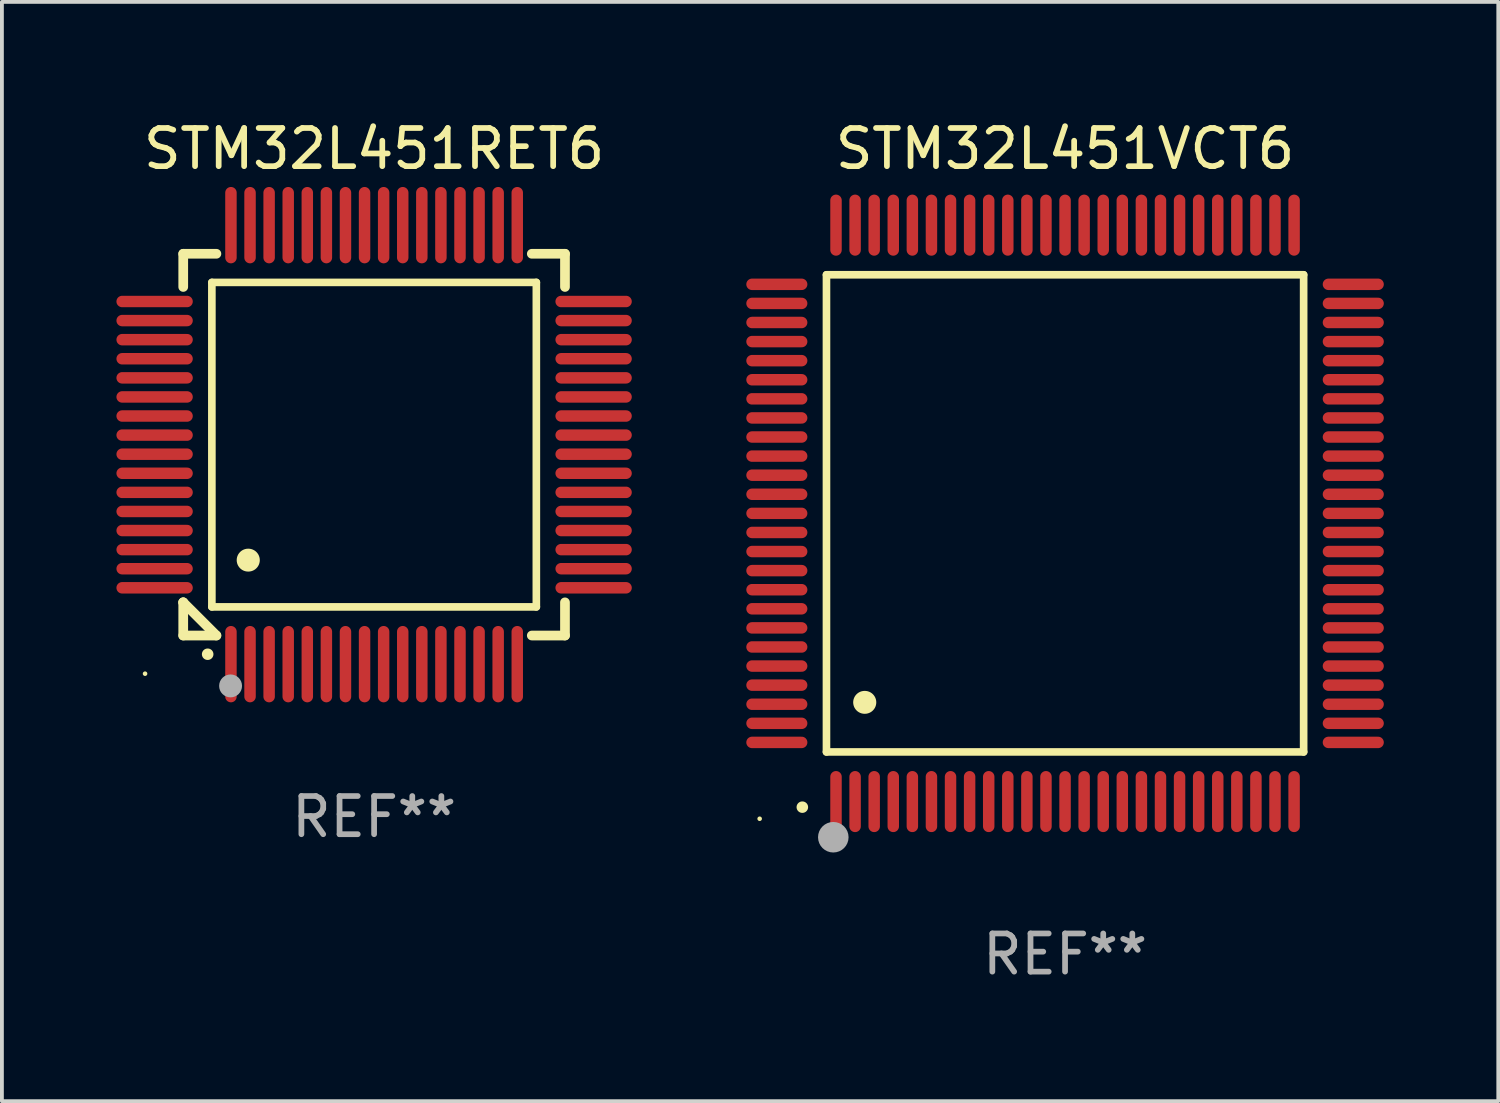
<source format=kicad_pcb>
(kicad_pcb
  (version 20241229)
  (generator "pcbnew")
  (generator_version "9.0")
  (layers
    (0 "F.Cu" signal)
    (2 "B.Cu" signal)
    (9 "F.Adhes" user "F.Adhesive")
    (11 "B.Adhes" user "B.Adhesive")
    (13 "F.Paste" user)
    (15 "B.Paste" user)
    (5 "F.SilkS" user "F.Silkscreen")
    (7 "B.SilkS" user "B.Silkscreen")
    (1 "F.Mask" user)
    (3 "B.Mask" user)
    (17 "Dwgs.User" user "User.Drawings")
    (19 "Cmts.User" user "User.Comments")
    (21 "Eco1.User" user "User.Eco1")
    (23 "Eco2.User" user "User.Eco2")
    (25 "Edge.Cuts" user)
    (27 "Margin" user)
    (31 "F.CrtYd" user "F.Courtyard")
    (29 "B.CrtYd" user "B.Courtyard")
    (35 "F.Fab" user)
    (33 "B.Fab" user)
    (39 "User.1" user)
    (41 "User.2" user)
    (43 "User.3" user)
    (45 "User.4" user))
  (footprint "STM32L451VCT6"
    (layer "F.Cu")
    (at 24.85 10.398)
    (property "Reference" "STM32L451VCT6" (at 0 -9.55 0) (layer "F.SilkS") (effects (font (size 1 1) (thickness 0.15))))
    (attr through_hole)
    (fp_line (start -6.25 -6.25) (end -6.25 6.25) (stroke (width 0.2) (type solid)) (layer "F.SilkS"))
    (fp_line (start -6.25 6.25) (end 6.25 6.25) (stroke (width 0.2) (type solid)) (layer "F.SilkS"))
    (fp_line (start 6.25 -6.25) (end -6.25 -6.25) (stroke (width 0.2) (type solid)) (layer "F.SilkS"))
    (fp_line (start 6.25 6.25) (end 6.25 -6.25) (stroke (width 0.2) (type solid)) (layer "F.SilkS"))
    (fp_arc (start -6.883414 7.696215) (mid -6.882144 7.69621) (end -6.880874 7.696215) (stroke (width 0.3) (type solid)) (layer "F.SilkS"))
    (fp_arc (start -5.250191 4.95047) (mid -5.247651 4.950459) (end -5.245111 4.95047) (stroke (width 0.6) (type solid)) (layer "F.SilkS"))
    (fp_circle (center -8 8) (end -7.97 8) (stroke (width 0.06) (type solid)) (fill no) (layer "F.SilkS"))
    (fp_circle (center -6.071 8.484) (end -5.871 8.484) (stroke (width 0.4) (type solid)) (fill no) (layer "F.Fab"))
    (fp_text user "REF**" (at 0 11.55 0) (layer "F.Fab") (effects (font (size 1 1) (thickness 0.15))))
    (pad "1" smd oval (at -6 7.55) (size 0.3 1.6) (layers "F.Cu" "F.Mask" "F.Paste"))
    (pad "2" smd oval (at -5.5 7.55) (size 0.3 1.6) (layers "F.Cu" "F.Mask" "F.Paste"))
    (pad "3" smd oval (at -5 7.55) (size 0.3 1.6) (layers "F.Cu" "F.Mask" "F.Paste"))
    (pad "4" smd oval (at -4.5 7.55) (size 0.3 1.6) (layers "F.Cu" "F.Mask" "F.Paste"))
    (pad "5" smd oval (at -4 7.55) (size 0.3 1.6) (layers "F.Cu" "F.Mask" "F.Paste"))
    (pad "6" smd oval (at -3.5 7.55) (size 0.3 1.6) (layers "F.Cu" "F.Mask" "F.Paste"))
    (pad "7" smd oval (at -3 7.55) (size 0.3 1.6) (layers "F.Cu" "F.Mask" "F.Paste"))
    (pad "8" smd oval (at -2.5 7.55) (size 0.3 1.6) (layers "F.Cu" "F.Mask" "F.Paste"))
    (pad "9" smd oval (at -2 7.55) (size 0.3 1.6) (layers "F.Cu" "F.Mask" "F.Paste"))
    (pad "10" smd oval (at -1.5 7.55) (size 0.3 1.6) (layers "F.Cu" "F.Mask" "F.Paste"))
    (pad "11" smd oval (at -1 7.55) (size 0.3 1.6) (layers "F.Cu" "F.Mask" "F.Paste"))
    (pad "12" smd oval (at -0.5 7.55) (size 0.3 1.6) (layers "F.Cu" "F.Mask" "F.Paste"))
    (pad "13" smd oval (at 0 7.55) (size 0.3 1.6) (layers "F.Cu" "F.Mask" "F.Paste"))
    (pad "14" smd oval (at 0.5 7.55) (size 0.3 1.6) (layers "F.Cu" "F.Mask" "F.Paste"))
    (pad "15" smd oval (at 1 7.55) (size 0.3 1.6) (layers "F.Cu" "F.Mask" "F.Paste"))
    (pad "16" smd oval (at 1.5 7.55) (size 0.3 1.6) (layers "F.Cu" "F.Mask" "F.Paste"))
    (pad "17" smd oval (at 2 7.55) (size 0.3 1.6) (layers "F.Cu" "F.Mask" "F.Paste"))
    (pad "18" smd oval (at 2.5 7.55) (size 0.3 1.6) (layers "F.Cu" "F.Mask" "F.Paste"))
    (pad "19" smd oval (at 3 7.55) (size 0.3 1.6) (layers "F.Cu" "F.Mask" "F.Paste"))
    (pad "20" smd oval (at 3.5 7.55) (size 0.3 1.6) (layers "F.Cu" "F.Mask" "F.Paste"))
    (pad "21" smd oval (at 4 7.55) (size 0.3 1.6) (layers "F.Cu" "F.Mask" "F.Paste"))
    (pad "22" smd oval (at 4.5 7.55) (size 0.3 1.6) (layers "F.Cu" "F.Mask" "F.Paste"))
    (pad "23" smd oval (at 5 7.55) (size 0.3 1.6) (layers "F.Cu" "F.Mask" "F.Paste"))
    (pad "24" smd oval (at 5.5 7.55) (size 0.3 1.6) (layers "F.Cu" "F.Mask" "F.Paste"))
    (pad "25" smd oval (at 6 7.55) (size 0.3 1.6) (layers "F.Cu" "F.Mask" "F.Paste"))
    (pad "26" smd oval (at 7.55 6) (size 1.6 0.3) (layers "F.Cu" "F.Mask" "F.Paste"))
    (pad "27" smd oval (at 7.55 5.5) (size 1.6 0.3) (layers "F.Cu" "F.Mask" "F.Paste"))
    (pad "28" smd oval (at 7.55 5) (size 1.6 0.3) (layers "F.Cu" "F.Mask" "F.Paste"))
    (pad "29" smd oval (at 7.55 4.5) (size 1.6 0.3) (layers "F.Cu" "F.Mask" "F.Paste"))
    (pad "30" smd oval (at 7.55 4) (size 1.6 0.3) (layers "F.Cu" "F.Mask" "F.Paste"))
    (pad "31" smd oval (at 7.55 3.5) (size 1.6 0.3) (layers "F.Cu" "F.Mask" "F.Paste"))
    (pad "32" smd oval (at 7.55 3) (size 1.6 0.3) (layers "F.Cu" "F.Mask" "F.Paste"))
    (pad "33" smd oval (at 7.55 2.5) (size 1.6 0.3) (layers "F.Cu" "F.Mask" "F.Paste"))
    (pad "34" smd oval (at 7.55 2) (size 1.6 0.3) (layers "F.Cu" "F.Mask" "F.Paste"))
    (pad "35" smd oval (at 7.55 1.5) (size 1.6 0.3) (layers "F.Cu" "F.Mask" "F.Paste"))
    (pad "36" smd oval (at 7.55 1) (size 1.6 0.3) (layers "F.Cu" "F.Mask" "F.Paste"))
    (pad "37" smd oval (at 7.55 0.5) (size 1.6 0.3) (layers "F.Cu" "F.Mask" "F.Paste"))
    (pad "38" smd oval (at 7.55 0) (size 1.6 0.3) (layers "F.Cu" "F.Mask" "F.Paste"))
    (pad "39" smd oval (at 7.55 -0.5) (size 1.6 0.3) (layers "F.Cu" "F.Mask" "F.Paste"))
    (pad "40" smd oval (at 7.55 -1) (size 1.6 0.3) (layers "F.Cu" "F.Mask" "F.Paste"))
    (pad "41" smd oval (at 7.55 -1.5) (size 1.6 0.3) (layers "F.Cu" "F.Mask" "F.Paste"))
    (pad "42" smd oval (at 7.55 -2) (size 1.6 0.3) (layers "F.Cu" "F.Mask" "F.Paste"))
    (pad "43" smd oval (at 7.55 -2.5) (size 1.6 0.3) (layers "F.Cu" "F.Mask" "F.Paste"))
    (pad "44" smd oval (at 7.55 -3) (size 1.6 0.3) (layers "F.Cu" "F.Mask" "F.Paste"))
    (pad "45" smd oval (at 7.55 -3.5) (size 1.6 0.3) (layers "F.Cu" "F.Mask" "F.Paste"))
    (pad "46" smd oval (at 7.55 -4) (size 1.6 0.3) (layers "F.Cu" "F.Mask" "F.Paste"))
    (pad "47" smd oval (at 7.55 -4.5) (size 1.6 0.3) (layers "F.Cu" "F.Mask" "F.Paste"))
    (pad "48" smd oval (at 7.55 -5) (size 1.6 0.3) (layers "F.Cu" "F.Mask" "F.Paste"))
    (pad "49" smd oval (at 7.55 -5.5) (size 1.6 0.3) (layers "F.Cu" "F.Mask" "F.Paste"))
    (pad "50" smd oval (at 7.55 -6) (size 1.6 0.3) (layers "F.Cu" "F.Mask" "F.Paste"))
    (pad "51" smd oval (at 6 -7.55) (size 0.3 1.6) (layers "F.Cu" "F.Mask" "F.Paste"))
    (pad "52" smd oval (at 5.5 -7.55) (size 0.3 1.6) (layers "F.Cu" "F.Mask" "F.Paste"))
    (pad "53" smd oval (at 5 -7.55) (size 0.3 1.6) (layers "F.Cu" "F.Mask" "F.Paste"))
    (pad "54" smd oval (at 4.5 -7.55) (size 0.3 1.6) (layers "F.Cu" "F.Mask" "F.Paste"))
    (pad "55" smd oval (at 4 -7.55) (size 0.3 1.6) (layers "F.Cu" "F.Mask" "F.Paste"))
    (pad "56" smd oval (at 3.5 -7.55) (size 0.3 1.6) (layers "F.Cu" "F.Mask" "F.Paste"))
    (pad "57" smd oval (at 3 -7.55) (size 0.3 1.6) (layers "F.Cu" "F.Mask" "F.Paste"))
    (pad "58" smd oval (at 2.5 -7.55) (size 0.3 1.6) (layers "F.Cu" "F.Mask" "F.Paste"))
    (pad "59" smd oval (at 2 -7.55) (size 0.3 1.6) (layers "F.Cu" "F.Mask" "F.Paste"))
    (pad "60" smd oval (at 1.5 -7.55) (size 0.3 1.6) (layers "F.Cu" "F.Mask" "F.Paste"))
    (pad "61" smd oval (at 1 -7.55) (size 0.3 1.6) (layers "F.Cu" "F.Mask" "F.Paste"))
    (pad "62" smd oval (at 0.5 -7.55) (size 0.3 1.6) (layers "F.Cu" "F.Mask" "F.Paste"))
    (pad "63" smd oval (at 0 -7.55) (size 0.3 1.6) (layers "F.Cu" "F.Mask" "F.Paste"))
    (pad "64" smd oval (at -0.5 -7.55) (size 0.3 1.6) (layers "F.Cu" "F.Mask" "F.Paste"))
    (pad "65" smd oval (at -1 -7.55) (size 0.3 1.6) (layers "F.Cu" "F.Mask" "F.Paste"))
    (pad "66" smd oval (at -1.5 -7.55) (size 0.3 1.6) (layers "F.Cu" "F.Mask" "F.Paste"))
    (pad "67" smd oval (at -2 -7.55) (size 0.3 1.6) (layers "F.Cu" "F.Mask" "F.Paste"))
    (pad "68" smd oval (at -2.5 -7.55) (size 0.3 1.6) (layers "F.Cu" "F.Mask" "F.Paste"))
    (pad "69" smd oval (at -3 -7.55) (size 0.3 1.6) (layers "F.Cu" "F.Mask" "F.Paste"))
    (pad "70" smd oval (at -3.5 -7.55) (size 0.3 1.6) (layers "F.Cu" "F.Mask" "F.Paste"))
    (pad "71" smd oval (at -4 -7.55) (size 0.3 1.6) (layers "F.Cu" "F.Mask" "F.Paste"))
    (pad "72" smd oval (at -4.5 -7.55) (size 0.3 1.6) (layers "F.Cu" "F.Mask" "F.Paste"))
    (pad "73" smd oval (at -5 -7.55) (size 0.3 1.6) (layers "F.Cu" "F.Mask" "F.Paste"))
    (pad "74" smd oval (at -5.5 -7.55) (size 0.3 1.6) (layers "F.Cu" "F.Mask" "F.Paste"))
    (pad "75" smd oval (at -6 -7.55) (size 0.3 1.6) (layers "F.Cu" "F.Mask" "F.Paste"))
    (pad "76" smd oval (at -7.55 -6) (size 1.6 0.3) (layers "F.Cu" "F.Mask" "F.Paste"))
    (pad "77" smd oval (at -7.55 -5.5) (size 1.6 0.3) (layers "F.Cu" "F.Mask" "F.Paste"))
    (pad "78" smd oval (at -7.55 -5) (size 1.6 0.3) (layers "F.Cu" "F.Mask" "F.Paste"))
    (pad "79" smd oval (at -7.55 -4.5) (size 1.6 0.3) (layers "F.Cu" "F.Mask" "F.Paste"))
    (pad "80" smd oval (at -7.55 -4) (size 1.6 0.3) (layers "F.Cu" "F.Mask" "F.Paste"))
    (pad "81" smd oval (at -7.55 -3.5) (size 1.6 0.3) (layers "F.Cu" "F.Mask" "F.Paste"))
    (pad "82" smd oval (at -7.55 -3) (size 1.6 0.3) (layers "F.Cu" "F.Mask" "F.Paste"))
    (pad "83" smd oval (at -7.55 -2.5) (size 1.6 0.3) (layers "F.Cu" "F.Mask" "F.Paste"))
    (pad "84" smd oval (at -7.55 -2) (size 1.6 0.3) (layers "F.Cu" "F.Mask" "F.Paste"))
    (pad "85" smd oval (at -7.55 -1.5) (size 1.6 0.3) (layers "F.Cu" "F.Mask" "F.Paste"))
    (pad "86" smd oval (at -7.55 -1) (size 1.6 0.3) (layers "F.Cu" "F.Mask" "F.Paste"))
    (pad "87" smd oval (at -7.55 -0.5) (size 1.6 0.3) (layers "F.Cu" "F.Mask" "F.Paste"))
    (pad "88" smd oval (at -7.55 0) (size 1.6 0.3) (layers "F.Cu" "F.Mask" "F.Paste"))
    (pad "89" smd oval (at -7.55 0.5) (size 1.6 0.3) (layers "F.Cu" "F.Mask" "F.Paste"))
    (pad "90" smd oval (at -7.55 1) (size 1.6 0.3) (layers "F.Cu" "F.Mask" "F.Paste"))
    (pad "91" smd oval (at -7.55 1.5) (size 1.6 0.3) (layers "F.Cu" "F.Mask" "F.Paste"))
    (pad "92" smd oval (at -7.55 2) (size 1.6 0.3) (layers "F.Cu" "F.Mask" "F.Paste"))
    (pad "93" smd oval (at -7.55 2.5) (size 1.6 0.3) (layers "F.Cu" "F.Mask" "F.Paste"))
    (pad "94" smd oval (at -7.55 3) (size 1.6 0.3) (layers "F.Cu" "F.Mask" "F.Paste"))
    (pad "95" smd oval (at -7.55 3.5) (size 1.6 0.3) (layers "F.Cu" "F.Mask" "F.Paste"))
    (pad "96" smd oval (at -7.55 4) (size 1.6 0.3) (layers "F.Cu" "F.Mask" "F.Paste"))
    (pad "97" smd oval (at -7.55 4.5) (size 1.6 0.3) (layers "F.Cu" "F.Mask" "F.Paste"))
    (pad "98" smd oval (at -7.55 5) (size 1.6 0.3) (layers "F.Cu" "F.Mask" "F.Paste"))
    (pad "99" smd oval (at -7.55 5.5) (size 1.6 0.3) (layers "F.Cu" "F.Mask" "F.Paste"))
    (pad "100" smd oval (at -7.55 6) (size 1.6 0.3) (layers "F.Cu" "F.Mask" "F.Paste")))
  (footprint "STM32L451RET6"
    (layer "F.Cu")
    (at 6.75 8.598)
    (property "Reference" "STM32L451RET6" (at 0 -7.75 0) (layer "F.SilkS") (effects (font (size 1 1) (thickness 0.15))))
    (attr through_hole)
    (fp_line (start -5 -5) (end -4.131 -5) (stroke (width 0.254) (type solid)) (layer "F.SilkS"))
    (fp_line (start -5 -4.131) (end -5 -5) (stroke (width 0.254) (type solid)) (layer "F.SilkS"))
    (fp_line (start -5 4.131) (end -5 4.131) (stroke (width 0.254) (type solid)) (layer "F.SilkS"))
    (fp_line (start -5 5) (end -5 4.131) (stroke (width 0.254) (type solid)) (layer "F.SilkS"))
    (fp_line (start -5 4.131) (end -4.131 5) (stroke (width 0.254) (type solid)) (layer "F.SilkS"))
    (fp_line (start -4.25 -4.25) (end -4.25 4.25) (stroke (width 0.2) (type solid)) (layer "F.SilkS"))
    (fp_line (start -4.25 4.25) (end 4.25 4.25) (stroke (width 0.2) (type solid)) (layer "F.SilkS"))
    (fp_line (start -4.131 5) (end -5 5) (stroke (width 0.254) (type solid)) (layer "F.SilkS"))
    (fp_line (start 4.25 -4.25) (end -4.25 -4.25) (stroke (width 0.2) (type solid)) (layer "F.SilkS"))
    (fp_line (start 4.25 4.25) (end 4.25 -4.25) (stroke (width 0.2) (type solid)) (layer "F.SilkS"))
    (fp_line (start 5 -5) (end 4.131 -5) (stroke (width 0.254) (type solid)) (layer "F.SilkS"))
    (fp_line (start 5 -5) (end 5 -4.131) (stroke (width 0.254) (type solid)) (layer "F.SilkS"))
    (fp_line (start 5 4.131) (end 5 5) (stroke (width 0.254) (type solid)) (layer "F.SilkS"))
    (fp_line (start 5 5) (end 4.131 5) (stroke (width 0.254) (type solid)) (layer "F.SilkS"))
    (fp_arc (start -4.361265 5.489992) (mid -4.359995 5.489987) (end -4.358725 5.489992) (stroke (width 0.3) (type solid)) (layer "F.SilkS"))
    (fp_arc (start -3.299467 3.025146) (mid -3.296927 3.025135) (end -3.294387 3.025146) (stroke (width 0.6) (type solid)) (layer "F.SilkS"))
    (fp_circle (center -6 6) (end -5.97 6) (stroke (width 0.06) (type solid)) (fill no) (layer "F.SilkS"))
    (fp_circle (center -3.76 6.32) (end -3.61 6.32) (stroke (width 0.3) (type solid)) (fill no) (layer "F.Fab"))
    (fp_text user "REF**" (at 0 9.75 0) (layer "F.Fab") (effects (font (size 1 1) (thickness 0.15))))
    (pad "1" smd oval (at -3.75 5.75) (size 0.3 2) (layers "F.Cu" "F.Mask" "F.Paste"))
    (pad "2" smd oval (at -3.25 5.75) (size 0.3 2) (layers "F.Cu" "F.Mask" "F.Paste"))
    (pad "3" smd oval (at -2.75 5.75) (size 0.3 2) (layers "F.Cu" "F.Mask" "F.Paste"))
    (pad "4" smd oval (at -2.25 5.75) (size 0.3 2) (layers "F.Cu" "F.Mask" "F.Paste"))
    (pad "5" smd oval (at -1.75 5.75) (size 0.3 2) (layers "F.Cu" "F.Mask" "F.Paste"))
    (pad "6" smd oval (at -1.25 5.75) (size 0.3 2) (layers "F.Cu" "F.Mask" "F.Paste"))
    (pad "7" smd oval (at -0.75 5.75) (size 0.3 2) (layers "F.Cu" "F.Mask" "F.Paste"))
    (pad "8" smd oval (at -0.25 5.75) (size 0.3 2) (layers "F.Cu" "F.Mask" "F.Paste"))
    (pad "9" smd oval (at 0.25 5.75) (size 0.3 2) (layers "F.Cu" "F.Mask" "F.Paste"))
    (pad "10" smd oval (at 0.75 5.75) (size 0.3 2) (layers "F.Cu" "F.Mask" "F.Paste"))
    (pad "11" smd oval (at 1.25 5.75) (size 0.3 2) (layers "F.Cu" "F.Mask" "F.Paste"))
    (pad "12" smd oval (at 1.75 5.75) (size 0.3 2) (layers "F.Cu" "F.Mask" "F.Paste"))
    (pad "13" smd oval (at 2.25 5.75) (size 0.3 2) (layers "F.Cu" "F.Mask" "F.Paste"))
    (pad "14" smd oval (at 2.75 5.75) (size 0.3 2) (layers "F.Cu" "F.Mask" "F.Paste"))
    (pad "15" smd oval (at 3.25 5.75) (size 0.3 2) (layers "F.Cu" "F.Mask" "F.Paste"))
    (pad "16" smd oval (at 3.75 5.75) (size 0.3 2) (layers "F.Cu" "F.Mask" "F.Paste"))
    (pad "17" smd oval (at 5.75 3.75) (size 2 0.3) (layers "F.Cu" "F.Mask" "F.Paste"))
    (pad "18" smd oval (at 5.75 3.25) (size 2 0.3) (layers "F.Cu" "F.Mask" "F.Paste"))
    (pad "19" smd oval (at 5.75 2.75) (size 2 0.3) (layers "F.Cu" "F.Mask" "F.Paste"))
    (pad "20" smd oval (at 5.75 2.25) (size 2 0.3) (layers "F.Cu" "F.Mask" "F.Paste"))
    (pad "21" smd oval (at 5.75 1.75) (size 2 0.3) (layers "F.Cu" "F.Mask" "F.Paste"))
    (pad "22" smd oval (at 5.75 1.25) (size 2 0.3) (layers "F.Cu" "F.Mask" "F.Paste"))
    (pad "23" smd oval (at 5.75 0.75) (size 2 0.3) (layers "F.Cu" "F.Mask" "F.Paste"))
    (pad "24" smd oval (at 5.75 0.25) (size 2 0.3) (layers "F.Cu" "F.Mask" "F.Paste"))
    (pad "25" smd oval (at 5.75 -0.25) (size 2 0.3) (layers "F.Cu" "F.Mask" "F.Paste"))
    (pad "26" smd oval (at 5.75 -0.75) (size 2 0.3) (layers "F.Cu" "F.Mask" "F.Paste"))
    (pad "27" smd oval (at 5.75 -1.25) (size 2 0.3) (layers "F.Cu" "F.Mask" "F.Paste"))
    (pad "28" smd oval (at 5.75 -1.75) (size 2 0.3) (layers "F.Cu" "F.Mask" "F.Paste"))
    (pad "29" smd oval (at 5.75 -2.25) (size 2 0.3) (layers "F.Cu" "F.Mask" "F.Paste"))
    (pad "30" smd oval (at 5.75 -2.75) (size 2 0.3) (layers "F.Cu" "F.Mask" "F.Paste"))
    (pad "31" smd oval (at 5.75 -3.25) (size 2 0.3) (layers "F.Cu" "F.Mask" "F.Paste"))
    (pad "32" smd oval (at 5.75 -3.75) (size 2 0.3) (layers "F.Cu" "F.Mask" "F.Paste"))
    (pad "33" smd oval (at 3.75 -5.75) (size 0.3 2) (layers "F.Cu" "F.Mask" "F.Paste"))
    (pad "34" smd oval (at 3.25 -5.75) (size 0.3 2) (layers "F.Cu" "F.Mask" "F.Paste"))
    (pad "35" smd oval (at 2.75 -5.75) (size 0.3 2) (layers "F.Cu" "F.Mask" "F.Paste"))
    (pad "36" smd oval (at 2.25 -5.75) (size 0.3 2) (layers "F.Cu" "F.Mask" "F.Paste"))
    (pad "37" smd oval (at 1.75 -5.75) (size 0.3 2) (layers "F.Cu" "F.Mask" "F.Paste"))
    (pad "38" smd oval (at 1.25 -5.75) (size 0.3 2) (layers "F.Cu" "F.Mask" "F.Paste"))
    (pad "39" smd oval (at 0.75 -5.75) (size 0.3 2) (layers "F.Cu" "F.Mask" "F.Paste"))
    (pad "40" smd oval (at 0.25 -5.75) (size 0.3 2) (layers "F.Cu" "F.Mask" "F.Paste"))
    (pad "41" smd oval (at -0.25 -5.75) (size 0.3 2) (layers "F.Cu" "F.Mask" "F.Paste"))
    (pad "42" smd oval (at -0.75 -5.75) (size 0.3 2) (layers "F.Cu" "F.Mask" "F.Paste"))
    (pad "43" smd oval (at -1.25 -5.75) (size 0.3 2) (layers "F.Cu" "F.Mask" "F.Paste"))
    (pad "44" smd oval (at -1.75 -5.75) (size 0.3 2) (layers "F.Cu" "F.Mask" "F.Paste"))
    (pad "45" smd oval (at -2.25 -5.75) (size 0.3 2) (layers "F.Cu" "F.Mask" "F.Paste"))
    (pad "46" smd oval (at -2.75 -5.75) (size 0.3 2) (layers "F.Cu" "F.Mask" "F.Paste"))
    (pad "47" smd oval (at -3.25 -5.75) (size 0.3 2) (layers "F.Cu" "F.Mask" "F.Paste"))
    (pad "48" smd oval (at -3.75 -5.75) (size 0.3 2) (layers "F.Cu" "F.Mask" "F.Paste"))
    (pad "49" smd oval (at -5.75 -3.75) (size 2 0.3) (layers "F.Cu" "F.Mask" "F.Paste"))
    (pad "50" smd oval (at -5.75 -3.25) (size 2 0.3) (layers "F.Cu" "F.Mask" "F.Paste"))
    (pad "51" smd oval (at -5.75 -2.75) (size 2 0.3) (layers "F.Cu" "F.Mask" "F.Paste"))
    (pad "52" smd oval (at -5.75 -2.25) (size 2 0.3) (layers "F.Cu" "F.Mask" "F.Paste"))
    (pad "53" smd oval (at -5.75 -1.75) (size 2 0.3) (layers "F.Cu" "F.Mask" "F.Paste"))
    (pad "54" smd oval (at -5.75 -1.25) (size 2 0.3) (layers "F.Cu" "F.Mask" "F.Paste"))
    (pad "55" smd oval (at -5.75 -0.75) (size 2 0.3) (layers "F.Cu" "F.Mask" "F.Paste"))
    (pad "56" smd oval (at -5.75 -0.25) (size 2 0.3) (layers "F.Cu" "F.Mask" "F.Paste"))
    (pad "57" smd oval (at -5.75 0.25) (size 2 0.3) (layers "F.Cu" "F.Mask" "F.Paste"))
    (pad "58" smd oval (at -5.75 0.75) (size 2 0.3) (layers "F.Cu" "F.Mask" "F.Paste"))
    (pad "59" smd oval (at -5.75 1.25) (size 2 0.3) (layers "F.Cu" "F.Mask" "F.Paste"))
    (pad "60" smd oval (at -5.75 1.75) (size 2 0.3) (layers "F.Cu" "F.Mask" "F.Paste"))
    (pad "61" smd oval (at -5.75 2.25) (size 2 0.3) (layers "F.Cu" "F.Mask" "F.Paste"))
    (pad "62" smd oval (at -5.75 2.75) (size 2 0.3) (layers "F.Cu" "F.Mask" "F.Paste"))
    (pad "63" smd oval (at -5.75 3.25) (size 2 0.3) (layers "F.Cu" "F.Mask" "F.Paste"))
    (pad "64" smd oval (at -5.75 3.75) (size 2 0.3) (layers "F.Cu" "F.Mask" "F.Paste")))
  (gr_rect
    (start -3 -3)
    (end 36.199 25.796)
    (stroke (width 0.1) (type default))
    (fill no)
    (layer "Edge.Cuts")))
</source>
